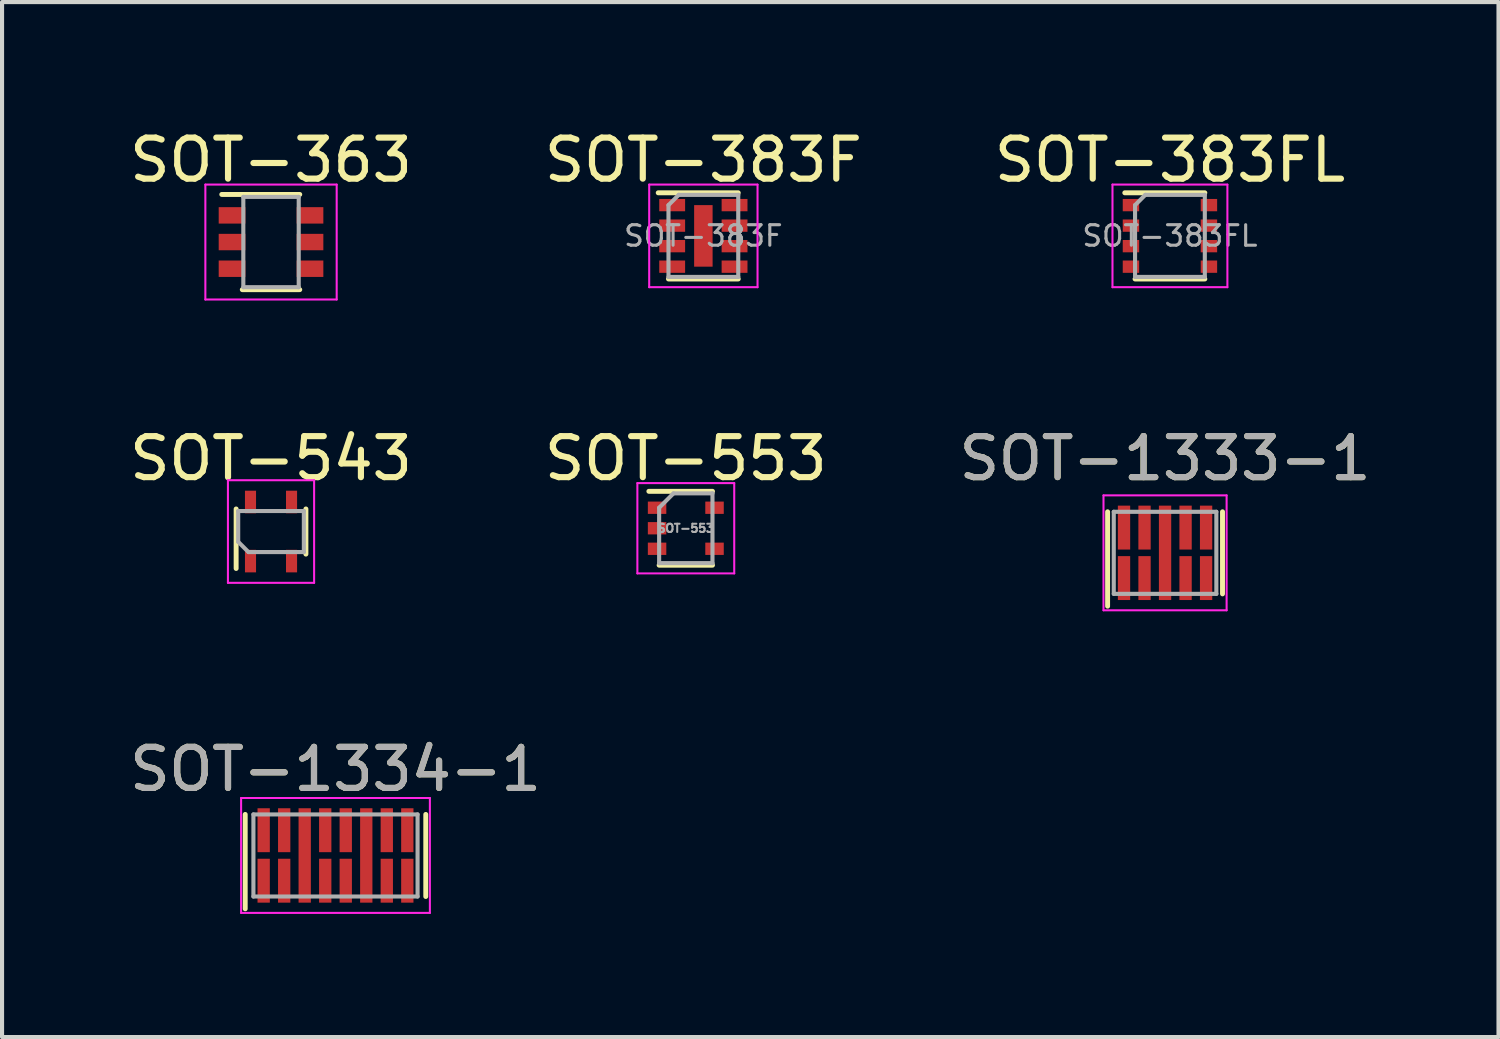
<source format=kicad_pcb>
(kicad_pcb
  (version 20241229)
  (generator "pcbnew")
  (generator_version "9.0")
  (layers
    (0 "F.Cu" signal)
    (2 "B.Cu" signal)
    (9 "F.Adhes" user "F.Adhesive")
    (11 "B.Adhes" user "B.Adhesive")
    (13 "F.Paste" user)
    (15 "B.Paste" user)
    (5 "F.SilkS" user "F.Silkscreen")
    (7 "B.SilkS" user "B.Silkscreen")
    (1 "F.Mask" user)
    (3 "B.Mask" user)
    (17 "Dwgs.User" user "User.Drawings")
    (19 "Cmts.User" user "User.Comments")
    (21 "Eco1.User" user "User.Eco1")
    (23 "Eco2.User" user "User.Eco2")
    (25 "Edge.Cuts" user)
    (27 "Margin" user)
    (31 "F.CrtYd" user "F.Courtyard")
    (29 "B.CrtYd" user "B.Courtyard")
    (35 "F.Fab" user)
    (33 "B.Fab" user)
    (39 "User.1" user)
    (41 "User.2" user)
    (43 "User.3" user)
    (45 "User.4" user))
  (footprint "SOT-1333-1"
    (layer "F.Cu")
    (at 25.339 10.421)
    (property "Reference" "SOT-1333-1" (at 0 -2.3 0) (layer "F.SilkS") (effects (font (size 1 1) (thickness 0.15))))
    (attr smd)
    (fp_line (start -1.4 -1) (end -1.4 1.3) (stroke (width 0.12) (type solid)) (layer "F.SilkS"))
    (fp_line (start 1.4 -1) (end 1.4 1) (stroke (width 0.12) (type solid)) (layer "F.SilkS"))
    (fp_line (start -1.5 -1.4) (end 1.5 -1.4) (stroke (width 0.05) (type solid)) (layer "F.CrtYd"))
    (fp_line (start -1.5 1.4) (end -1.5 -1.4) (stroke (width 0.05) (type solid)) (layer "F.CrtYd"))
    (fp_line (start 1.5 -1.4) (end 1.5 1.4) (stroke (width 0.05) (type solid)) (layer "F.CrtYd"))
    (fp_line (start 1.5 1.4) (end -1.5 1.4) (stroke (width 0.05) (type solid)) (layer "F.CrtYd"))
    (fp_line (start -1.25 -1) (end 1.25 -1) (stroke (width 0.1) (type solid)) (layer "F.Fab"))
    (fp_line (start -1.25 1) (end -1.25 -1) (stroke (width 0.1) (type solid)) (layer "F.Fab"))
    (fp_line (start 1.25 -1) (end 1.25 1) (stroke (width 0.1) (type solid)) (layer "F.Fab"))
    (fp_line (start 1.25 1) (end -1.25 1) (stroke (width 0.1) (type solid)) (layer "F.Fab"))
    (fp_text user "${REFERENCE}" (at 0 -2.3 0) (layer "F.Fab") (effects (font (size 1 1) (thickness 0.15))))
    (pad "1" smd rect (at -1 0.615) (size 0.3 1.07) (layers "F.Cu" "F.Mask" "F.Paste"))
    (pad "2" smd rect (at -0.5 0.615) (size 0.3 1.07) (layers "F.Cu" "F.Mask" "F.Paste"))
    (pad "3" smd rect (at 0 0) (size 0.3 2.3) (layers "F.Cu" "F.Mask" "F.Paste"))
    (pad "4" smd rect (at 0.5 0.615) (size 0.3 1.07) (layers "F.Cu" "F.Mask" "F.Paste"))
    (pad "5" smd rect (at 1 0.615) (size 0.3 1.07) (layers "F.Cu" "F.Mask" "F.Paste"))
    (pad "6" smd rect (at 1 -0.615) (size 0.3 1.07) (layers "F.Cu" "F.Mask" "F.Paste"))
    (pad "7" smd rect (at 0.5 -0.615) (size 0.3 1.07) (layers "F.Cu" "F.Mask" "F.Paste"))
    (pad "8" smd rect (at -0.5 -0.615) (size 0.3 1.07) (layers "F.Cu" "F.Mask" "F.Paste"))
    (pad "9" smd rect (at -1 -0.615) (size 0.3 1.07) (layers "F.Cu" "F.Mask" "F.Paste")))
  (footprint "SOT-363"
    (layer "F.Cu")
    (at 3.554 2.848)
    (property "Reference" "SOT-363" (at 0 -2 0) (layer "F.SilkS") (effects (font (size 1 1) (thickness 0.15))))
    (attr smd)
    (fp_line (start -0.7 1.16) (end 0.7 1.16) (stroke (width 0.12) (type solid)) (layer "F.SilkS"))
    (fp_line (start 0.7 -1.16) (end -1.2 -1.16) (stroke (width 0.12) (type solid)) (layer "F.SilkS"))
    (fp_line (start -1.6 -1.4) (end -1.6 1.4) (stroke (width 0.05) (type solid)) (layer "F.CrtYd"))
    (fp_line (start -1.6 -1.4) (end 1.6 -1.4) (stroke (width 0.05) (type solid)) (layer "F.CrtYd"))
    (fp_line (start -1.6 1.4) (end 1.6 1.4) (stroke (width 0.05) (type solid)) (layer "F.CrtYd"))
    (fp_line (start 1.6 1.4) (end 1.6 -1.4) (stroke (width 0.05) (type solid)) (layer "F.CrtYd"))
    (fp_line (start -0.675 -1.1) (end -0.675 1.1) (stroke (width 0.1) (type solid)) (layer "F.Fab"))
    (fp_line (start 0.675 -1.1) (end -0.675 -1.1) (stroke (width 0.1) (type solid)) (layer "F.Fab"))
    (fp_line (start 0.675 -1.1) (end 0.675 1.1) (stroke (width 0.1) (type solid)) (layer "F.Fab"))
    (fp_line (start 0.675 1.1) (end -0.675 1.1) (stroke (width 0.1) (type solid)) (layer "F.Fab"))
    (pad "1" smd rect (at -0.95 -0.65) (size 0.65 0.4) (layers "F.Cu" "F.Mask" "F.Paste"))
    (pad "2" smd rect (at -0.95 0) (size 0.65 0.4) (layers "F.Cu" "F.Mask" "F.Paste"))
    (pad "3" smd rect (at -0.95 0.65) (size 0.65 0.4) (layers "F.Cu" "F.Mask" "F.Paste"))
    (pad "4" smd rect (at 0.95 0.65) (size 0.65 0.4) (layers "F.Cu" "F.Mask" "F.Paste"))
    (pad "5" smd rect (at 0.95 0) (size 0.65 0.4) (layers "F.Cu" "F.Mask" "F.Paste"))
    (pad "6" smd rect (at 0.95 -0.65) (size 0.65 0.4) (layers "F.Cu" "F.Mask" "F.Paste")))
  (footprint "SOT-1334-1"
    (layer "F.Cu")
    (at 5.125 17.795)
    (property "Reference" "SOT-1334-1" (at 0 -2.1 0) (layer "F.SilkS") (effects (font (size 1 1) (thickness 0.15))))
    (attr smd)
    (fp_line (start -2.2 -1) (end -2.2 1.3) (stroke (width 0.12) (type solid)) (layer "F.SilkS"))
    (fp_line (start 2.2 -1) (end 2.2 1) (stroke (width 0.12) (type solid)) (layer "F.SilkS"))
    (fp_line (start -2.3 -1.4) (end 2.3 -1.4) (stroke (width 0.05) (type solid)) (layer "F.CrtYd"))
    (fp_line (start -2.3 1.4) (end -2.3 -1.4) (stroke (width 0.05) (type solid)) (layer "F.CrtYd"))
    (fp_line (start 2.3 -1.4) (end 2.3 1.4) (stroke (width 0.05) (type solid)) (layer "F.CrtYd"))
    (fp_line (start 2.3 1.4) (end -2.3 1.4) (stroke (width 0.05) (type solid)) (layer "F.CrtYd"))
    (fp_line (start -2 -1) (end 2 -1) (stroke (width 0.1) (type solid)) (layer "F.Fab"))
    (fp_line (start -2 1) (end -2 -1) (stroke (width 0.1) (type solid)) (layer "F.Fab"))
    (fp_line (start 2 -1) (end 2 1) (stroke (width 0.1) (type solid)) (layer "F.Fab"))
    (fp_line (start 2 1) (end -2 1) (stroke (width 0.1) (type solid)) (layer "F.Fab"))
    (fp_text user "${REFERENCE}" (at 0 -2.1 0) (layer "F.Fab") (effects (font (size 1 1) (thickness 0.15))))
    (pad "1" smd rect (at -1.75 0.615) (size 0.3 1.07) (layers "F.Cu" "F.Mask" "F.Paste"))
    (pad "2" smd rect (at -1.25 0.615) (size 0.3 1.07) (layers "F.Cu" "F.Mask" "F.Paste"))
    (pad "3" smd rect (at -0.75 0) (size 0.3 2.3) (layers "F.Cu" "F.Mask" "F.Paste"))
    (pad "4" smd rect (at -0.25 0.615) (size 0.3 1.07) (layers "F.Cu" "F.Mask" "F.Paste"))
    (pad "5" smd rect (at 0.25 0.615) (size 0.3 1.07) (layers "F.Cu" "F.Mask" "F.Paste"))
    (pad "6" smd rect (at 0.75 0) (size 0.3 2.3) (layers "F.Cu" "F.Mask" "F.Paste"))
    (pad "7" smd rect (at 1.25 0.615) (size 0.3 1.07) (layers "F.Cu" "F.Mask" "F.Paste"))
    (pad "8" smd rect (at 1.75 0.615) (size 0.3 1.07) (layers "F.Cu" "F.Mask" "F.Paste"))
    (pad "9" smd rect (at 1.75 -0.615) (size 0.3 1.07) (layers "F.Cu" "F.Mask" "F.Paste"))
    (pad "10" smd rect (at 1.25 -0.615) (size 0.3 1.07) (layers "F.Cu" "F.Mask" "F.Paste"))
    (pad "11" smd rect (at 0.25 -0.615) (size 0.3 1.07) (layers "F.Cu" "F.Mask" "F.Paste"))
    (pad "12" smd rect (at -0.25 -0.615) (size 0.3 1.07) (layers "F.Cu" "F.Mask" "F.Paste"))
    (pad "13" smd rect (at -1.25 -0.615) (size 0.3 1.07) (layers "F.Cu" "F.Mask" "F.Paste"))
    (pad "14" smd rect (at -1.75 -0.615) (size 0.3 1.07) (layers "F.Cu" "F.Mask" "F.Paste")))
  (footprint "SOT-383F"
    (layer "F.Cu")
    (at 14.089 2.698)
    (property "Reference" "SOT-383F" (at 0 -1.85 0) (layer "F.SilkS") (effects (font (size 1 1) (thickness 0.15))))
    (attr smd)
    (fp_line (start -0.85 1.05) (end 0.85 1.05) (stroke (width 0.12) (type solid)) (layer "F.SilkS"))
    (fp_line (start 0.85 -1.05) (end -1.1 -1.05) (stroke (width 0.12) (type solid)) (layer "F.SilkS"))
    (fp_line (start -1.32 -1.25) (end -1.32 1.25) (stroke (width 0.05) (type solid)) (layer "F.CrtYd"))
    (fp_line (start -1.32 -1.25) (end 1.32 -1.25) (stroke (width 0.05) (type solid)) (layer "F.CrtYd"))
    (fp_line (start 1.32 1.25) (end -1.32 1.25) (stroke (width 0.05) (type solid)) (layer "F.CrtYd"))
    (fp_line (start 1.32 1.25) (end 1.32 -1.25) (stroke (width 0.05) (type solid)) (layer "F.CrtYd"))
    (fp_line (start -0.85 -0.75) (end -0.85 1) (stroke (width 0.1) (type solid)) (layer "F.Fab"))
    (fp_line (start -0.85 -0.75) (end -0.6 -1) (stroke (width 0.1) (type solid)) (layer "F.Fab"))
    (fp_line (start -0.85 1) (end 0.85 1) (stroke (width 0.1) (type solid)) (layer "F.Fab"))
    (fp_line (start -0.6 -1) (end 0.85 -1) (stroke (width 0.1) (type solid)) (layer "F.Fab"))
    (fp_line (start 0.85 1) (end 0.85 -1) (stroke (width 0.1) (type solid)) (layer "F.Fab"))
    (fp_text user "${REFERENCE}" (at 0 0 0) (layer "F.Fab") (effects (font (size 0.5 0.5) (thickness 0.075))))
    (pad "1" smd rect (at -0.76 -0.75) (size 0.63 0.3) (layers "F.Cu" "F.Mask" "F.Paste"))
    (pad "2" smd rect (at -0.76 -0.25) (size 0.63 0.3) (layers "F.Cu" "F.Mask" "F.Paste"))
    (pad "3" smd rect (at -0.76 0.25) (size 0.63 0.3) (layers "F.Cu" "F.Mask" "F.Paste"))
    (pad "4" smd rect (at -0.76 0.75) (size 0.63 0.3) (layers "F.Cu" "F.Mask" "F.Paste"))
    (pad "5" smd rect (at 0.76 0.75) (size 0.63 0.3) (layers "F.Cu" "F.Mask" "F.Paste"))
    (pad "6" smd rect (at 0.76 0.25) (size 0.63 0.3) (layers "F.Cu" "F.Mask" "F.Paste"))
    (pad "7" smd rect (at 0.76 -0.25) (size 0.63 0.3) (layers "F.Cu" "F.Mask" "F.Paste"))
    (pad "8" smd rect (at 0.76 -0.75) (size 0.63 0.3) (layers "F.Cu" "F.Mask" "F.Paste"))
    (pad "9" smd rect (at 0 0) (size 0.45 1.5) (layers "F.Cu" "F.Mask" "F.Paste")))
  (footprint "SOT-383FL"
    (layer "F.Cu")
    (at 25.458 2.698)
    (property "Reference" "SOT-383FL" (at 0 -1.85 0) (layer "F.SilkS") (effects (font (size 1 1) (thickness 0.15))))
    (attr smd)
    (fp_line (start -0.85 1.05) (end 0.85 1.05) (stroke (width 0.12) (type solid)) (layer "F.SilkS"))
    (fp_line (start 0.85 -1.05) (end -1.1 -1.05) (stroke (width 0.12) (type solid)) (layer "F.SilkS"))
    (fp_line (start -1.4 -1.25) (end -1.4 1.25) (stroke (width 0.05) (type solid)) (layer "F.CrtYd"))
    (fp_line (start -1.4 -1.25) (end 1.4 -1.25) (stroke (width 0.05) (type solid)) (layer "F.CrtYd"))
    (fp_line (start 1.4 1.25) (end -1.4 1.25) (stroke (width 0.05) (type solid)) (layer "F.CrtYd"))
    (fp_line (start 1.4 1.25) (end 1.4 -1.25) (stroke (width 0.05) (type solid)) (layer "F.CrtYd"))
    (fp_line (start -0.85 -0.75) (end -0.85 1) (stroke (width 0.1) (type solid)) (layer "F.Fab"))
    (fp_line (start -0.85 -0.75) (end -0.6 -1) (stroke (width 0.1) (type solid)) (layer "F.Fab"))
    (fp_line (start -0.85 1) (end 0.85 1) (stroke (width 0.1) (type solid)) (layer "F.Fab"))
    (fp_line (start -0.6 -1) (end 0.85 -1) (stroke (width 0.1) (type solid)) (layer "F.Fab"))
    (fp_line (start 0.85 1) (end 0.85 -1) (stroke (width 0.1) (type solid)) (layer "F.Fab"))
    (fp_text user "${REFERENCE}" (at 0 0 0) (layer "F.Fab") (effects (font (size 0.5 0.5) (thickness 0.075))))
    (pad "1" smd rect (at -0.95 -0.75) (size 0.4 0.3) (layers "F.Cu" "F.Mask" "F.Paste"))
    (pad "2" smd rect (at -0.95 -0.25) (size 0.4 0.3) (layers "F.Cu" "F.Mask" "F.Paste"))
    (pad "3" smd rect (at -0.95 0.25) (size 0.4 0.3) (layers "F.Cu" "F.Mask" "F.Paste"))
    (pad "4" smd rect (at -0.95 0.75) (size 0.4 0.3) (layers "F.Cu" "F.Mask" "F.Paste"))
    (pad "5" smd rect (at 0.95 0.75) (size 0.4 0.3) (layers "F.Cu" "F.Mask" "F.Paste"))
    (pad "6" smd rect (at 0.95 0.25) (size 0.4 0.3) (layers "F.Cu" "F.Mask" "F.Paste"))
    (pad "7" smd rect (at 0.95 -0.25) (size 0.4 0.3) (layers "F.Cu" "F.Mask" "F.Paste"))
    (pad "8" smd rect (at 0.95 -0.75) (size 0.4 0.3) (layers "F.Cu" "F.Mask" "F.Paste")))
  (footprint "SOT-553"
    (layer "F.Cu")
    (at 13.661 9.822)
    (property "Reference" "SOT-553" (at 0 -1.7 0) (layer "F.SilkS") (effects (font (size 1 1) (thickness 0.15))))
    (attr smd)
    (fp_line (start -0.9 -0.9) (end 0.65 -0.9) (stroke (width 0.12) (type solid)) (layer "F.SilkS"))
    (fp_line (start 0.65 0.9) (end -0.65 0.9) (stroke (width 0.12) (type solid)) (layer "F.SilkS"))
    (fp_line (start -1.18 -1.1) (end -1.18 1.1) (stroke (width 0.05) (type solid)) (layer "F.CrtYd"))
    (fp_line (start -1.18 -1.1) (end 1.18 -1.1) (stroke (width 0.05) (type solid)) (layer "F.CrtYd"))
    (fp_line (start 1.18 1.1) (end -1.18 1.1) (stroke (width 0.05) (type solid)) (layer "F.CrtYd"))
    (fp_line (start 1.18 1.1) (end 1.18 -1.1) (stroke (width 0.05) (type solid)) (layer "F.CrtYd"))
    (fp_line (start -0.65 -0.5) (end -0.65 0.85) (stroke (width 0.1) (type solid)) (layer "F.Fab"))
    (fp_line (start -0.65 -0.5) (end -0.3 -0.85) (stroke (width 0.1) (type solid)) (layer "F.Fab"))
    (fp_line (start -0.65 0.85) (end 0.65 0.85) (stroke (width 0.1) (type solid)) (layer "F.Fab"))
    (fp_line (start 0.65 -0.85) (end -0.3 -0.85) (stroke (width 0.1) (type solid)) (layer "F.Fab"))
    (fp_line (start 0.65 0.85) (end 0.65 -0.85) (stroke (width 0.1) (type solid)) (layer "F.Fab"))
    (fp_text user "${REFERENCE}" (at 0 0 0) (layer "F.Fab") (effects (font (size 0.2 0.2) (thickness 0.05))))
    (pad "1" smd rect (at -0.7 -0.5) (size 0.45 0.3) (layers "F.Cu" "F.Mask" "F.Paste"))
    (pad "2" smd rect (at -0.7 0) (size 0.45 0.3) (layers "F.Cu" "F.Mask" "F.Paste"))
    (pad "3" smd rect (at -0.7 0.5) (size 0.45 0.3) (layers "F.Cu" "F.Mask" "F.Paste"))
    (pad "4" smd rect (at 0.7 0.5) (size 0.45 0.3) (layers "F.Cu" "F.Mask" "F.Paste"))
    (pad "5" smd rect (at 0.7 -0.5) (size 0.45 0.3) (layers "F.Cu" "F.Mask" "F.Paste")))
  (footprint "SOT-543"
    (layer "F.Cu")
    (at 3.554 9.902)
    (property "Reference" "SOT-543" (at 0 -1.78 0) (layer "F.SilkS") (effects (font (size 1 1) (thickness 0.15))))
    (attr smd)
    (fp_line (start -0.85 -0.55) (end -0.85 0.9) (stroke (width 0.12) (type solid)) (layer "F.SilkS"))
    (fp_line (start 0.85 -0.55) (end 0.85 0.55) (stroke (width 0.12) (type solid)) (layer "F.SilkS"))
    (fp_line (start -1.05 -1.25) (end -1.05 1.25) (stroke (width 0.05) (type solid)) (layer "F.CrtYd"))
    (fp_line (start -1.05 -1.25) (end 1.05 -1.25) (stroke (width 0.05) (type solid)) (layer "F.CrtYd"))
    (fp_line (start 1.05 1.25) (end -1.05 1.25) (stroke (width 0.05) (type solid)) (layer "F.CrtYd"))
    (fp_line (start 1.05 1.25) (end 1.05 -1.25) (stroke (width 0.05) (type solid)) (layer "F.CrtYd"))
    (fp_line (start -0.8 -0.5) (end -0.8 0.25) (stroke (width 0.1) (type solid)) (layer "F.Fab"))
    (fp_line (start -0.8 0.25) (end -0.55 0.5) (stroke (width 0.1) (type solid)) (layer "F.Fab"))
    (fp_line (start -0.55 0.5) (end 0.8 0.5) (stroke (width 0.1) (type solid)) (layer "F.Fab"))
    (fp_line (start 0.8 -0.5) (end -0.8 -0.5) (stroke (width 0.1) (type solid)) (layer "F.Fab"))
    (fp_line (start 0.8 0.5) (end 0.8 -0.5) (stroke (width 0.1) (type solid)) (layer "F.Fab"))
    (pad "1" smd rect (at -0.5 0.72) (size 0.27 0.55) (layers "F.Cu" "F.Mask" "F.Paste"))
    (pad "2" smd rect (at 0.5 0.72) (size 0.27 0.55) (layers "F.Cu" "F.Mask" "F.Paste"))
    (pad "3" smd rect (at 0.5 -0.72) (size 0.27 0.55) (layers "F.Cu" "F.Mask" "F.Paste"))
    (pad "4" smd rect (at -0.5 -0.72) (size 0.27 0.55) (layers "F.Cu" "F.Mask" "F.Paste")))
  (gr_rect
    (start -3 -3)
    (end 33.464 22.22)
    (stroke (width 0.1) (type default))
    (fill no)
    (layer "Edge.Cuts")))
</source>
